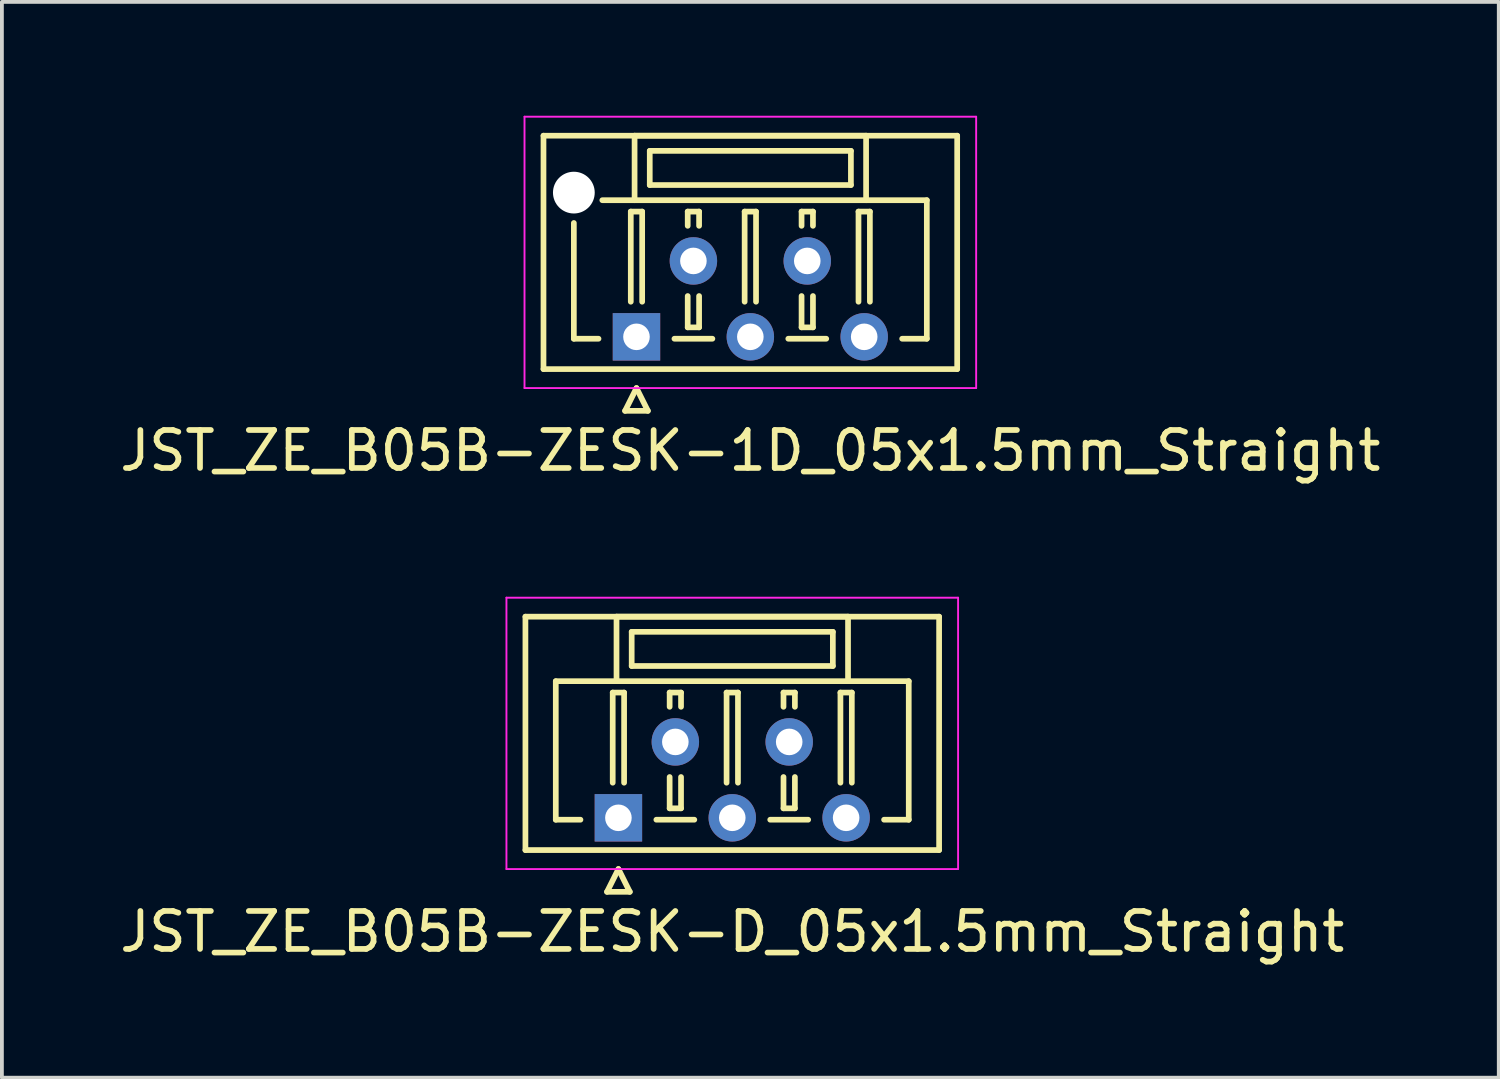
<source format=kicad_pcb>
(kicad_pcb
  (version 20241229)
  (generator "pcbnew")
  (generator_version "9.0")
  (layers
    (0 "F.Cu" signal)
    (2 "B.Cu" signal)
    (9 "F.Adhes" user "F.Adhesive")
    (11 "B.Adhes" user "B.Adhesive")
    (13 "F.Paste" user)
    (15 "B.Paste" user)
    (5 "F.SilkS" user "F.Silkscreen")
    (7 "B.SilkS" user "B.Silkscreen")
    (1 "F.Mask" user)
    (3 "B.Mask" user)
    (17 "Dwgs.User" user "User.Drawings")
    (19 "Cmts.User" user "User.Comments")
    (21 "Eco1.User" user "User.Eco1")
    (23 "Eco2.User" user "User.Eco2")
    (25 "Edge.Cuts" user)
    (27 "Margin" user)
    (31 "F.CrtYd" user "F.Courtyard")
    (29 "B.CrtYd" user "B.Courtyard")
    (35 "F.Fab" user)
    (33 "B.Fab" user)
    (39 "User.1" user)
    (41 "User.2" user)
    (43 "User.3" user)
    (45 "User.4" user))
  (footprint "JST_ZE_B05B-ZESK-1D_05x1.5mm_Straight"
    (layer "F.Cu")
    (at 13.72 5.825)
    (property "Reference" "JST_ZE_B05B-ZESK-1D_05x1.5mm_Straight" (at 3 3 0) (layer "F.SilkS") (effects (font (size 1 1) (thickness 0.15))))
    (attr through_hole)
    (fp_line (start -2.45 -5.3) (end -2.45 0.85) (stroke (width 0.15) (type solid)) (layer "F.SilkS"))
    (fp_line (start -2.45 0.85) (end 8.45 0.85) (stroke (width 0.15) (type solid)) (layer "F.SilkS"))
    (fp_line (start -1.65 -3) (end -1.65 0.05) (stroke (width 0.15) (type solid)) (layer "F.SilkS"))
    (fp_line (start -1.65 0.05) (end -1 0.05) (stroke (width 0.15) (type solid)) (layer "F.SilkS"))
    (fp_line (start -0.3 1.95) (end 0 1.35) (stroke (width 0.15) (type solid)) (layer "F.SilkS"))
    (fp_line (start -0.15 -3.3) (end 0.15 -3.3) (stroke (width 0.15) (type solid)) (layer "F.SilkS"))
    (fp_line (start -0.15 -0.925) (end -0.15 -3.3) (stroke (width 0.15) (type solid)) (layer "F.SilkS"))
    (fp_line (start -0.05 -5.3) (end -0.05 -3.6) (stroke (width 0.15) (type solid)) (layer "F.SilkS"))
    (fp_line (start -0.05 -3.6) (end -0.9 -3.6) (stroke (width 0.15) (type solid)) (layer "F.SilkS"))
    (fp_line (start -0.05 -3.6) (end 6.05 -3.6) (stroke (width 0.15) (type solid)) (layer "F.SilkS"))
    (fp_line (start 0 1.35) (end 0.3 1.95) (stroke (width 0.15) (type solid)) (layer "F.SilkS"))
    (fp_line (start 0.15 -3.3) (end 0.15 -0.925) (stroke (width 0.15) (type solid)) (layer "F.SilkS"))
    (fp_line (start 0.3 1.95) (end -0.3 1.95) (stroke (width 0.15) (type solid)) (layer "F.SilkS"))
    (fp_line (start 0.35 -4.9) (end 0.35 -4) (stroke (width 0.15) (type solid)) (layer "F.SilkS"))
    (fp_line (start 0.35 -4) (end 5.65 -4) (stroke (width 0.15) (type solid)) (layer "F.SilkS"))
    (fp_line (start 1 0.05) (end 2 0.05) (stroke (width 0.15) (type solid)) (layer "F.SilkS"))
    (fp_line (start 1.35 -3.3) (end 1.65 -3.3) (stroke (width 0.15) (type solid)) (layer "F.SilkS"))
    (fp_line (start 1.35 -2.925) (end 1.35 -3.3) (stroke (width 0.15) (type solid)) (layer "F.SilkS"))
    (fp_line (start 1.35 -1.075) (end 1.35 -0.25) (stroke (width 0.15) (type solid)) (layer "F.SilkS"))
    (fp_line (start 1.35 -0.25) (end 1.65 -0.25) (stroke (width 0.15) (type solid)) (layer "F.SilkS"))
    (fp_line (start 1.65 -3.3) (end 1.65 -2.925) (stroke (width 0.15) (type solid)) (layer "F.SilkS"))
    (fp_line (start 1.65 -0.25) (end 1.65 -1.075) (stroke (width 0.15) (type solid)) (layer "F.SilkS"))
    (fp_line (start 2.85 -3.3) (end 3.15 -3.3) (stroke (width 0.15) (type solid)) (layer "F.SilkS"))
    (fp_line (start 2.85 -0.925) (end 2.85 -3.3) (stroke (width 0.15) (type solid)) (layer "F.SilkS"))
    (fp_line (start 3.15 -3.3) (end 3.15 -0.925) (stroke (width 0.15) (type solid)) (layer "F.SilkS"))
    (fp_line (start 4 0.05) (end 5 0.05) (stroke (width 0.15) (type solid)) (layer "F.SilkS"))
    (fp_line (start 4.35 -3.3) (end 4.65 -3.3) (stroke (width 0.15) (type solid)) (layer "F.SilkS"))
    (fp_line (start 4.35 -2.925) (end 4.35 -3.3) (stroke (width 0.15) (type solid)) (layer "F.SilkS"))
    (fp_line (start 4.35 -1.075) (end 4.35 -0.25) (stroke (width 0.15) (type solid)) (layer "F.SilkS"))
    (fp_line (start 4.35 -0.25) (end 4.65 -0.25) (stroke (width 0.15) (type solid)) (layer "F.SilkS"))
    (fp_line (start 4.65 -3.3) (end 4.65 -2.925) (stroke (width 0.15) (type solid)) (layer "F.SilkS"))
    (fp_line (start 4.65 -0.25) (end 4.65 -1.075) (stroke (width 0.15) (type solid)) (layer "F.SilkS"))
    (fp_line (start 5.65 -4.9) (end 0.35 -4.9) (stroke (width 0.15) (type solid)) (layer "F.SilkS"))
    (fp_line (start 5.65 -4) (end 5.65 -4.9) (stroke (width 0.15) (type solid)) (layer "F.SilkS"))
    (fp_line (start 5.85 -3.3) (end 6.15 -3.3) (stroke (width 0.15) (type solid)) (layer "F.SilkS"))
    (fp_line (start 5.85 -0.925) (end 5.85 -3.3) (stroke (width 0.15) (type solid)) (layer "F.SilkS"))
    (fp_line (start 6.05 -5.3) (end -0.05 -5.3) (stroke (width 0.15) (type solid)) (layer "F.SilkS"))
    (fp_line (start 6.05 -3.6) (end 6.05 -5.3) (stroke (width 0.15) (type solid)) (layer "F.SilkS"))
    (fp_line (start 6.05 -3.6) (end 7.65 -3.6) (stroke (width 0.15) (type solid)) (layer "F.SilkS"))
    (fp_line (start 6.15 -3.3) (end 6.15 -0.925) (stroke (width 0.15) (type solid)) (layer "F.SilkS"))
    (fp_line (start 7.65 -3.6) (end 7.65 0.05) (stroke (width 0.15) (type solid)) (layer "F.SilkS"))
    (fp_line (start 7.65 0.05) (end 7 0.05) (stroke (width 0.15) (type solid)) (layer "F.SilkS"))
    (fp_line (start 8.45 -5.3) (end -2.45 -5.3) (stroke (width 0.15) (type solid)) (layer "F.SilkS"))
    (fp_line (start 8.45 0.85) (end 8.45 -5.3) (stroke (width 0.15) (type solid)) (layer "F.SilkS"))
    (fp_line (start -2.95 -5.8) (end -2.95 1.35) (stroke (width 0.05) (type solid)) (layer "F.CrtYd"))
    (fp_line (start -2.95 1.35) (end 8.95 1.35) (stroke (width 0.05) (type solid)) (layer "F.CrtYd"))
    (fp_line (start 8.95 -5.8) (end -2.95 -5.8) (stroke (width 0.05) (type solid)) (layer "F.CrtYd"))
    (fp_line (start 8.95 1.35) (end 8.95 -5.8) (stroke (width 0.05) (type solid)) (layer "F.CrtYd"))
    (pad "" np_thru_hole circle (at -1.65 -3.8) (size 1.1 1.1) (drill 1.1) (layers "*.Cu"))
    (pad "1" thru_hole rect (at 0 0) (size 1.25 1.25) (drill 0.7) (layers "*.Cu" "*.Mask"))
    (pad "2" thru_hole circle (at 1.5 -2) (size 1.25 1.25) (drill 0.7) (layers "*.Cu" "*.Mask"))
    (pad "3" thru_hole circle (at 3 0) (size 1.25 1.25) (drill 0.7) (layers "*.Cu" "*.Mask"))
    (pad "4" thru_hole circle (at 4.5 -2) (size 1.25 1.25) (drill 0.7) (layers "*.Cu" "*.Mask"))
    (pad "5" thru_hole circle (at 6 0) (size 1.25 1.25) (drill 0.7) (layers "*.Cu" "*.Mask")))
  (footprint "JST_ZE_B05B-ZESK-D_05x1.5mm_Straight"
    (layer "F.Cu")
    (at 13.244 18.498)
    (property "Reference" "JST_ZE_B05B-ZESK-D_05x1.5mm_Straight" (at 3 3 0) (layer "F.SilkS") (effects (font (size 1 1) (thickness 0.15))))
    (attr through_hole)
    (fp_line (start -2.45 -5.3) (end -2.45 0.85) (stroke (width 0.15) (type solid)) (layer "F.SilkS"))
    (fp_line (start -2.45 0.85) (end 8.45 0.85) (stroke (width 0.15) (type solid)) (layer "F.SilkS"))
    (fp_line (start -1.65 -3.6) (end -1.65 0.05) (stroke (width 0.15) (type solid)) (layer "F.SilkS"))
    (fp_line (start -1.65 0.05) (end -1 0.05) (stroke (width 0.15) (type solid)) (layer "F.SilkS"))
    (fp_line (start -0.3 1.95) (end 0 1.35) (stroke (width 0.15) (type solid)) (layer "F.SilkS"))
    (fp_line (start -0.15 -3.3) (end 0.15 -3.3) (stroke (width 0.15) (type solid)) (layer "F.SilkS"))
    (fp_line (start -0.15 -0.925) (end -0.15 -3.3) (stroke (width 0.15) (type solid)) (layer "F.SilkS"))
    (fp_line (start -0.05 -5.3) (end -0.05 -3.6) (stroke (width 0.15) (type solid)) (layer "F.SilkS"))
    (fp_line (start -0.05 -3.6) (end -1.65 -3.6) (stroke (width 0.15) (type solid)) (layer "F.SilkS"))
    (fp_line (start -0.05 -3.6) (end 6.05 -3.6) (stroke (width 0.15) (type solid)) (layer "F.SilkS"))
    (fp_line (start 0 1.35) (end 0.3 1.95) (stroke (width 0.15) (type solid)) (layer "F.SilkS"))
    (fp_line (start 0.15 -3.3) (end 0.15 -0.925) (stroke (width 0.15) (type solid)) (layer "F.SilkS"))
    (fp_line (start 0.3 1.95) (end -0.3 1.95) (stroke (width 0.15) (type solid)) (layer "F.SilkS"))
    (fp_line (start 0.35 -4.9) (end 0.35 -4) (stroke (width 0.15) (type solid)) (layer "F.SilkS"))
    (fp_line (start 0.35 -4) (end 5.65 -4) (stroke (width 0.15) (type solid)) (layer "F.SilkS"))
    (fp_line (start 1 0.05) (end 2 0.05) (stroke (width 0.15) (type solid)) (layer "F.SilkS"))
    (fp_line (start 1.35 -3.3) (end 1.65 -3.3) (stroke (width 0.15) (type solid)) (layer "F.SilkS"))
    (fp_line (start 1.35 -2.925) (end 1.35 -3.3) (stroke (width 0.15) (type solid)) (layer "F.SilkS"))
    (fp_line (start 1.35 -1.075) (end 1.35 -0.25) (stroke (width 0.15) (type solid)) (layer "F.SilkS"))
    (fp_line (start 1.35 -0.25) (end 1.65 -0.25) (stroke (width 0.15) (type solid)) (layer "F.SilkS"))
    (fp_line (start 1.65 -3.3) (end 1.65 -2.925) (stroke (width 0.15) (type solid)) (layer "F.SilkS"))
    (fp_line (start 1.65 -0.25) (end 1.65 -1.075) (stroke (width 0.15) (type solid)) (layer "F.SilkS"))
    (fp_line (start 2.85 -3.3) (end 3.15 -3.3) (stroke (width 0.15) (type solid)) (layer "F.SilkS"))
    (fp_line (start 2.85 -0.925) (end 2.85 -3.3) (stroke (width 0.15) (type solid)) (layer "F.SilkS"))
    (fp_line (start 3.15 -3.3) (end 3.15 -0.925) (stroke (width 0.15) (type solid)) (layer "F.SilkS"))
    (fp_line (start 4 0.05) (end 5 0.05) (stroke (width 0.15) (type solid)) (layer "F.SilkS"))
    (fp_line (start 4.35 -3.3) (end 4.65 -3.3) (stroke (width 0.15) (type solid)) (layer "F.SilkS"))
    (fp_line (start 4.35 -2.925) (end 4.35 -3.3) (stroke (width 0.15) (type solid)) (layer "F.SilkS"))
    (fp_line (start 4.35 -1.075) (end 4.35 -0.25) (stroke (width 0.15) (type solid)) (layer "F.SilkS"))
    (fp_line (start 4.35 -0.25) (end 4.65 -0.25) (stroke (width 0.15) (type solid)) (layer "F.SilkS"))
    (fp_line (start 4.65 -3.3) (end 4.65 -2.925) (stroke (width 0.15) (type solid)) (layer "F.SilkS"))
    (fp_line (start 4.65 -0.25) (end 4.65 -1.075) (stroke (width 0.15) (type solid)) (layer "F.SilkS"))
    (fp_line (start 5.65 -4.9) (end 0.35 -4.9) (stroke (width 0.15) (type solid)) (layer "F.SilkS"))
    (fp_line (start 5.65 -4) (end 5.65 -4.9) (stroke (width 0.15) (type solid)) (layer "F.SilkS"))
    (fp_line (start 5.85 -3.3) (end 6.15 -3.3) (stroke (width 0.15) (type solid)) (layer "F.SilkS"))
    (fp_line (start 5.85 -0.925) (end 5.85 -3.3) (stroke (width 0.15) (type solid)) (layer "F.SilkS"))
    (fp_line (start 6.05 -5.3) (end -0.05 -5.3) (stroke (width 0.15) (type solid)) (layer "F.SilkS"))
    (fp_line (start 6.05 -3.6) (end 6.05 -5.3) (stroke (width 0.15) (type solid)) (layer "F.SilkS"))
    (fp_line (start 6.05 -3.6) (end 7.65 -3.6) (stroke (width 0.15) (type solid)) (layer "F.SilkS"))
    (fp_line (start 6.15 -3.3) (end 6.15 -0.925) (stroke (width 0.15) (type solid)) (layer "F.SilkS"))
    (fp_line (start 7.65 -3.6) (end 7.65 0.05) (stroke (width 0.15) (type solid)) (layer "F.SilkS"))
    (fp_line (start 7.65 0.05) (end 7 0.05) (stroke (width 0.15) (type solid)) (layer "F.SilkS"))
    (fp_line (start 8.45 -5.3) (end -2.45 -5.3) (stroke (width 0.15) (type solid)) (layer "F.SilkS"))
    (fp_line (start 8.45 0.85) (end 8.45 -5.3) (stroke (width 0.15) (type solid)) (layer "F.SilkS"))
    (fp_line (start -2.95 -5.8) (end -2.95 1.35) (stroke (width 0.05) (type solid)) (layer "F.CrtYd"))
    (fp_line (start -2.95 1.35) (end 8.95 1.35) (stroke (width 0.05) (type solid)) (layer "F.CrtYd"))
    (fp_line (start 8.95 -5.8) (end -2.95 -5.8) (stroke (width 0.05) (type solid)) (layer "F.CrtYd"))
    (fp_line (start 8.95 1.35) (end 8.95 -5.8) (stroke (width 0.05) (type solid)) (layer "F.CrtYd"))
    (pad "1" thru_hole rect (at 0 0) (size 1.25 1.25) (drill 0.7) (layers "*.Cu" "*.Mask"))
    (pad "2" thru_hole circle (at 1.5 -2) (size 1.25 1.25) (drill 0.7) (layers "*.Cu" "*.Mask"))
    (pad "3" thru_hole circle (at 3 0) (size 1.25 1.25) (drill 0.7) (layers "*.Cu" "*.Mask"))
    (pad "4" thru_hole circle (at 4.5 -2) (size 1.25 1.25) (drill 0.7) (layers "*.Cu" "*.Mask"))
    (pad "5" thru_hole circle (at 6 0) (size 1.25 1.25) (drill 0.7) (layers "*.Cu" "*.Mask")))
  (gr_rect
    (start -3 -3)
    (end 36.44 25.346)
    (stroke (width 0.1) (type default))
    (fill no)
    (layer "Edge.Cuts")))
</source>
